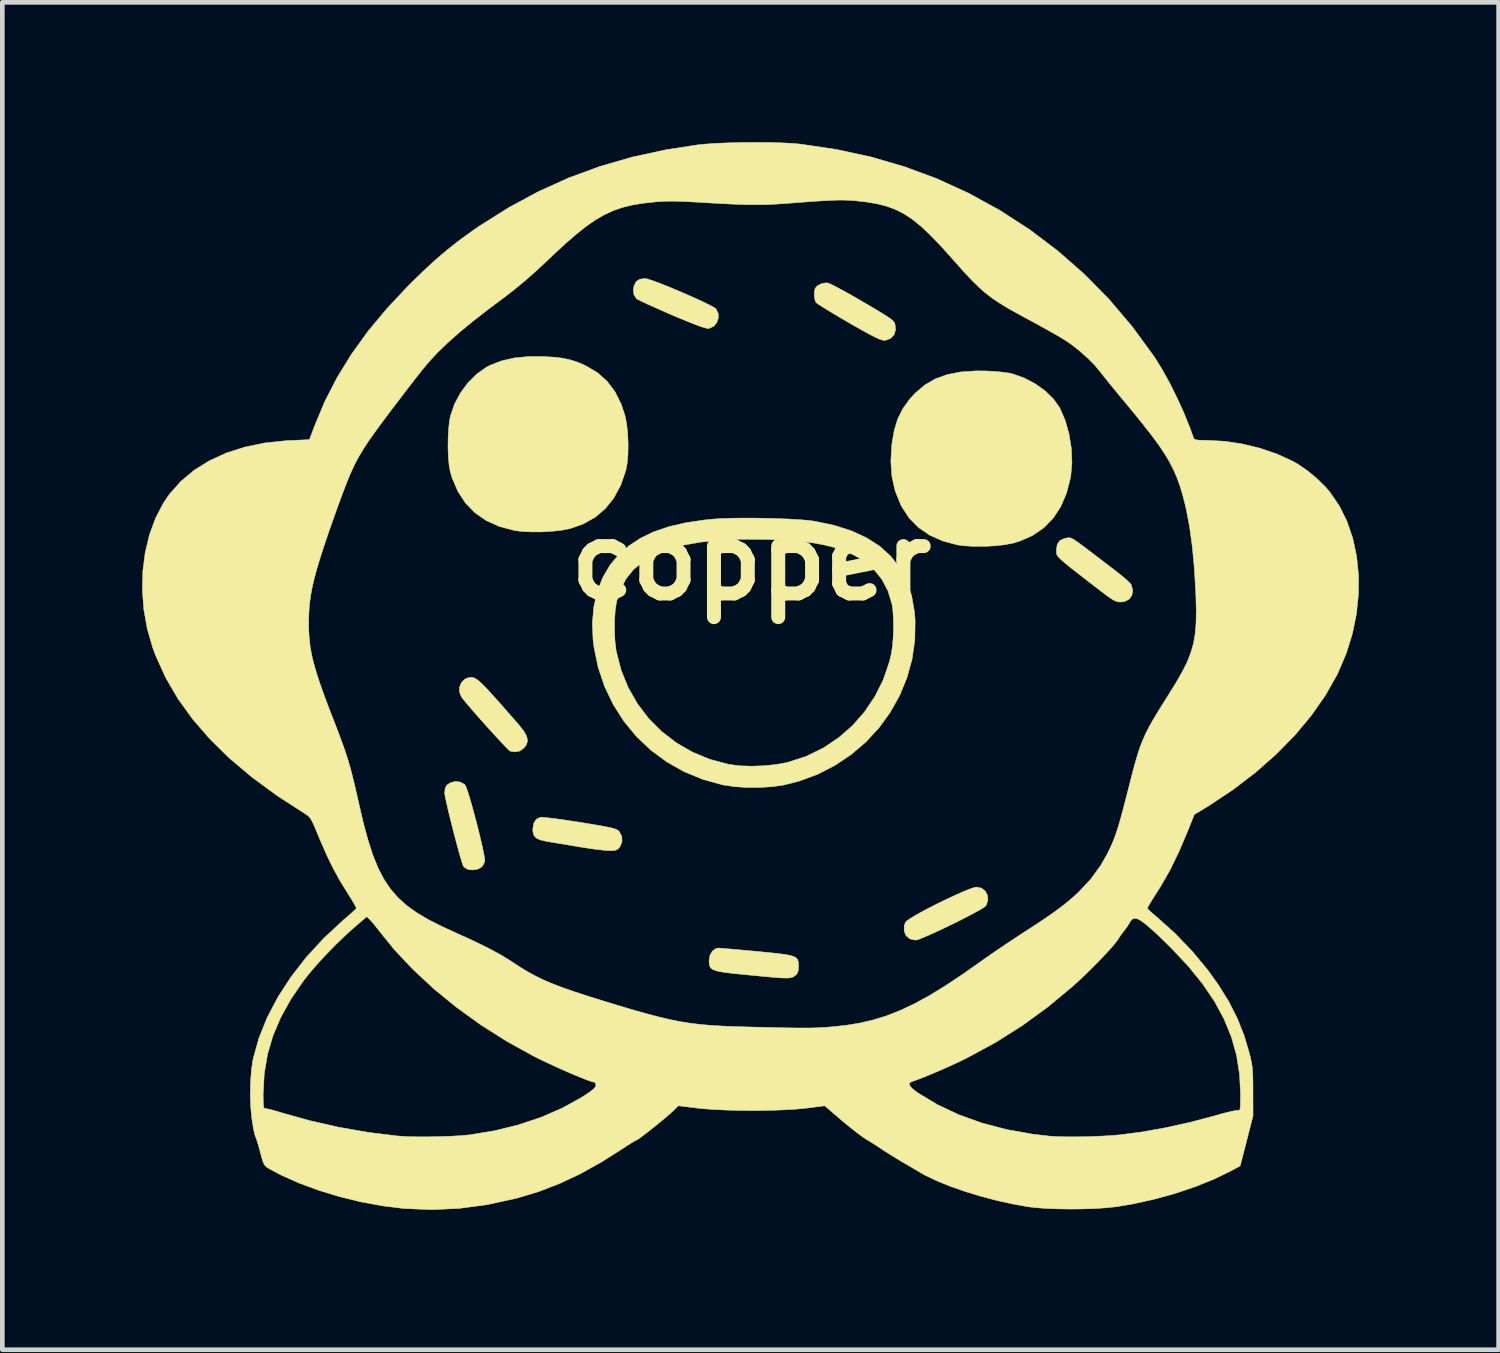
<source format=kicad_pcb>
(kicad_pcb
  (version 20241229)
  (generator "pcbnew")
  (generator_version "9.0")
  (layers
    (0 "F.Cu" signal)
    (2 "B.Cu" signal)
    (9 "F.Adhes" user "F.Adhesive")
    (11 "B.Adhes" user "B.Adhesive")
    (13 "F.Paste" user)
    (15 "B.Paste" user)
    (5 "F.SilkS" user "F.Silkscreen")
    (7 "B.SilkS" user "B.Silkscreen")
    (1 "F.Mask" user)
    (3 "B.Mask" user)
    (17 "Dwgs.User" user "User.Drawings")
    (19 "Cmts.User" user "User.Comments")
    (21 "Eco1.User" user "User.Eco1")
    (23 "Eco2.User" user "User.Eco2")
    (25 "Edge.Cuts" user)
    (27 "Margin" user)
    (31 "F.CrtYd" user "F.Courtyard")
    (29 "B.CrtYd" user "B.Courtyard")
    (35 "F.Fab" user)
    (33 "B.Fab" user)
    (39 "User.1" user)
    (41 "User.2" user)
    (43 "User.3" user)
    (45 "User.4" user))
  (footprint "copper"
    (layer "F.Cu")
    (at 13.066 8.993)
    (property "Reference" "copper" (at 0 0 0) (layer "F.SilkS") (effects (font (size 1.524 1.524) (thickness 0.3))))
    (attr through_hole)
    (fp_poly (pts (xy -5.956 2.496) (xy -5.913 2.516) (xy -5.861 2.552) (xy -5.798 2.607) (xy -5.719 2.684) (xy -5.622 2.788) (xy -5.501 2.921) (xy -5.353 3.087) (xy -5.176 3.289) (xy -4.986 3.506) (xy -4.877 3.644) (xy -4.815 3.757) (xy -4.798 3.854) (xy -4.824 3.939) (xy -4.877 4.006) (xy -4.968 4.071) (xy -5.071 4.089) (xy -5.169 4.073) (xy -5.198 4.05) (xy -5.258 3.991) (xy -5.342 3.902) (xy -5.445 3.791) (xy -5.561 3.665) (xy -5.684 3.529) (xy -5.807 3.391) (xy -5.925 3.257) (xy -6.031 3.135) (xy -6.12 3.03) (xy -6.185 2.95) (xy -6.216 2.909) (xy -6.258 2.804) (xy -6.256 2.695) (xy -6.214 2.597) (xy -6.138 2.525) (xy -6.071 2.498) (xy -6.031 2.491) (xy -5.994 2.489) (xy -5.956 2.496)) (stroke (width 0.01) (type solid)) (fill yes) (layer "F.SilkS"))
    (fp_poly (pts (xy -2.219 -6.056) (xy -2.121 -6.025) (xy -1.991 -5.977) (xy -1.836 -5.916) (xy -1.666 -5.846) (xy -1.488 -5.771) (xy -1.312 -5.694) (xy -1.146 -5.62) (xy -0.998 -5.551) (xy -0.878 -5.491) (xy -0.794 -5.444) (xy -0.755 -5.416) (xy -0.708 -5.321) (xy -0.704 -5.219) (xy -0.738 -5.122) (xy -0.802 -5.044) (xy -0.891 -5.001) (xy -0.937 -4.996) (xy -0.991 -5.008) (xy -1.09 -5.04) (xy -1.227 -5.091) (xy -1.397 -5.159) (xy -1.592 -5.24) (xy -1.722 -5.295) (xy -1.908 -5.377) (xy -2.079 -5.453) (xy -2.227 -5.52) (xy -2.345 -5.575) (xy -2.425 -5.615) (xy -2.46 -5.635) (xy -2.515 -5.719) (xy -2.528 -5.829) (xy -2.511 -5.916) (xy -2.464 -6.005) (xy -2.39 -6.053) (xy -2.278 -6.068) (xy -2.274 -6.068) (xy -2.219 -6.056)) (stroke (width 0.01) (type solid)) (fill yes) (layer "F.SilkS"))
    (fp_poly (pts (xy 4.941 7.011) (xy 5.02 7.073) (xy 5.069 7.163) (xy 5.08 7.267) (xy 5.047 7.371) (xy 5.034 7.392) (xy 4.995 7.423) (xy 4.913 7.473) (xy 4.796 7.538) (xy 4.653 7.614) (xy 4.491 7.697) (xy 4.319 7.782) (xy 4.145 7.866) (xy 3.977 7.945) (xy 3.825 8.014) (xy 3.695 8.07) (xy 3.597 8.109) (xy 3.538 8.126) (xy 3.532 8.126) (xy 3.449 8.113) (xy 3.397 8.095) (xy 3.322 8.03) (xy 3.283 7.934) (xy 3.284 7.821) (xy 3.308 7.746) (xy 3.344 7.71) (xy 3.423 7.656) (xy 3.539 7.587) (xy 3.681 7.508) (xy 3.843 7.423) (xy 4.016 7.335) (xy 4.192 7.25) (xy 4.362 7.17) (xy 4.52 7.1) (xy 4.656 7.043) (xy 4.762 7.005) (xy 4.83 6.989) (xy 4.836 6.988) (xy 4.941 7.011)) (stroke (width 0.01) (type solid)) (fill yes) (layer "F.SilkS"))
    (fp_poly (pts (xy 1.647 -5.971) (xy 1.695 -5.952) (xy 1.783 -5.909) (xy 1.905 -5.844) (xy 2.054 -5.763) (xy 2.222 -5.668) (xy 2.398 -5.566) (xy 2.597 -5.449) (xy 2.753 -5.356) (xy 2.871 -5.283) (xy 2.957 -5.227) (xy 3.016 -5.183) (xy 3.053 -5.147) (xy 3.075 -5.117) (xy 3.086 -5.089) (xy 3.098 -4.966) (xy 3.065 -4.86) (xy 2.993 -4.783) (xy 2.891 -4.744) (xy 2.852 -4.741) (xy 2.809 -4.748) (xy 2.747 -4.769) (xy 2.661 -4.808) (xy 2.546 -4.867) (xy 2.397 -4.949) (xy 2.207 -5.056) (xy 2.088 -5.125) (xy 1.911 -5.228) (xy 1.75 -5.324) (xy 1.61 -5.409) (xy 1.499 -5.478) (xy 1.423 -5.528) (xy 1.39 -5.554) (xy 1.39 -5.554) (xy 1.366 -5.615) (xy 1.355 -5.705) (xy 1.359 -5.799) (xy 1.372 -5.855) (xy 1.42 -5.912) (xy 1.502 -5.955) (xy 1.597 -5.974) (xy 1.647 -5.971)) (stroke (width 0.01) (type solid)) (fill yes) (layer "F.SilkS"))
    (fp_poly (pts (xy -6.24 4.736) (xy -6.15 4.786) (xy -6.139 4.797) (xy -6.117 4.841) (xy -6.084 4.932) (xy -6.044 5.06) (xy -5.998 5.217) (xy -5.95 5.393) (xy -5.9 5.579) (xy -5.852 5.768) (xy -5.808 5.949) (xy -5.77 6.115) (xy -5.74 6.255) (xy -5.721 6.362) (xy -5.714 6.427) (xy -5.715 6.436) (xy -5.747 6.512) (xy -5.784 6.56) (xy -5.862 6.602) (xy -5.964 6.621) (xy -6.061 6.614) (xy -6.083 6.607) (xy -6.145 6.569) (xy -6.172 6.544) (xy -6.189 6.505) (xy -6.216 6.42) (xy -6.252 6.298) (xy -6.293 6.148) (xy -6.339 5.978) (xy -6.386 5.797) (xy -6.433 5.614) (xy -6.476 5.439) (xy -6.514 5.278) (xy -6.545 5.142) (xy -6.566 5.04) (xy -6.576 4.98) (xy -6.576 4.975) (xy -6.566 4.871) (xy -6.53 4.803) (xy -6.457 4.752) (xy -6.456 4.752) (xy -6.349 4.723) (xy -6.24 4.736)) (stroke (width 0.01) (type solid)) (fill yes) (layer "F.SilkS"))
    (fp_poly (pts (xy -4.475 5.491) (xy -4.38 5.5) (xy -4.245 5.516) (xy -4.079 5.538) (xy -3.889 5.566) (xy -3.683 5.598) (xy -3.669 5.6) (xy -3.439 5.638) (xy -3.259 5.668) (xy -3.121 5.693) (xy -3.02 5.714) (xy -2.947 5.732) (xy -2.898 5.75) (xy -2.864 5.768) (xy -2.84 5.788) (xy -2.829 5.8) (xy -2.776 5.901) (xy -2.771 6.014) (xy -2.814 6.121) (xy -2.824 6.135) (xy -2.863 6.176) (xy -2.908 6.198) (xy -2.977 6.206) (xy -3.057 6.206) (xy -3.145 6.2) (xy -3.274 6.186) (xy -3.431 6.165) (xy -3.602 6.139) (xy -3.711 6.122) (xy -3.886 6.092) (xy -4.058 6.063) (xy -4.212 6.038) (xy -4.333 6.018) (xy -4.385 6.009) (xy -4.523 5.978) (xy -4.613 5.936) (xy -4.664 5.874) (xy -4.684 5.786) (xy -4.685 5.75) (xy -4.666 5.622) (xy -4.611 5.535) (xy -4.523 5.491) (xy -4.475 5.491)) (stroke (width 0.01) (type solid)) (fill yes) (layer "F.SilkS"))
    (fp_poly (pts (xy -0.66 8.3) (xy -0.568 8.307) (xy -0.436 8.318) (xy -0.272 8.333) (xy -0.083 8.35) (xy 0.121 8.369) (xy 0.123 8.369) (xy 0.371 8.393) (xy 0.567 8.414) (xy 0.719 8.433) (xy 0.833 8.454) (xy 0.912 8.478) (xy 0.965 8.507) (xy 0.996 8.544) (xy 1.011 8.591) (xy 1.016 8.649) (xy 1.016 8.695) (xy 1.01 8.786) (xy 0.986 8.844) (xy 0.942 8.888) (xy 0.913 8.908) (xy 0.882 8.924) (xy 0.842 8.934) (xy 0.787 8.94) (xy 0.71 8.94) (xy 0.605 8.935) (xy 0.467 8.924) (xy 0.288 8.908) (xy 0.063 8.887) (xy -0.083 8.872) (xy -0.319 8.849) (xy -0.505 8.828) (xy -0.646 8.807) (xy -0.75 8.785) (xy -0.821 8.758) (xy -0.866 8.725) (xy -0.89 8.683) (xy -0.901 8.63) (xy -0.903 8.563) (xy -0.903 8.559) (xy -0.883 8.449) (xy -0.831 8.361) (xy -0.756 8.307) (xy -0.703 8.297) (xy -0.66 8.3)) (stroke (width 0.01) (type solid)) (fill yes) (layer "F.SilkS"))
    (fp_poly (pts (xy 6.836 -0.505) (xy 6.864 -0.497) (xy 6.901 -0.479) (xy 6.952 -0.448) (xy 7.02 -0.4) (xy 7.111 -0.334) (xy 7.229 -0.245) (xy 7.378 -0.132) (xy 7.563 0.01) (xy 7.789 0.182) (xy 7.809 0.198) (xy 7.926 0.29) (xy 8.028 0.375) (xy 8.105 0.446) (xy 8.149 0.494) (xy 8.154 0.502) (xy 8.186 0.622) (xy 8.168 0.729) (xy 8.108 0.813) (xy 8.011 0.863) (xy 7.925 0.873) (xy 7.879 0.87) (xy 7.834 0.859) (xy 7.782 0.836) (xy 7.715 0.795) (xy 7.627 0.732) (xy 7.508 0.643) (xy 7.366 0.534) (xy 7.154 0.369) (xy 6.982 0.236) (xy 6.846 0.129) (xy 6.741 0.044) (xy 6.665 -0.021) (xy 6.612 -0.072) (xy 6.578 -0.112) (xy 6.558 -0.146) (xy 6.55 -0.176) (xy 6.548 -0.208) (xy 6.548 -0.237) (xy 6.566 -0.361) (xy 6.622 -0.445) (xy 6.719 -0.491) (xy 6.761 -0.499) (xy 6.789 -0.503) (xy 6.812 -0.506) (xy 6.836 -0.505)) (stroke (width 0.01) (type solid)) (fill yes) (layer "F.SilkS"))
    (fp_poly (pts (xy 5.038 -4.084) (xy 5.221 -4.074) (xy 5.388 -4.059) (xy 5.526 -4.04) (xy 5.602 -4.024) (xy 5.855 -3.935) (xy 6.093 -3.81) (xy 6.306 -3.658) (xy 6.484 -3.485) (xy 6.616 -3.299) (xy 6.626 -3.281) (xy 6.738 -3.022) (xy 6.82 -2.73) (xy 6.869 -2.423) (xy 6.882 -2.117) (xy 6.857 -1.829) (xy 6.85 -1.788) (xy 6.764 -1.458) (xy 6.64 -1.17) (xy 6.478 -0.924) (xy 6.277 -0.719) (xy 6.039 -0.555) (xy 5.762 -0.433) (xy 5.625 -0.392) (xy 5.448 -0.357) (xy 5.234 -0.333) (xy 5.003 -0.321) (xy 4.772 -0.321) (xy 4.561 -0.334) (xy 4.424 -0.353) (xy 4.108 -0.437) (xy 3.829 -0.562) (xy 3.589 -0.727) (xy 3.389 -0.931) (xy 3.229 -1.174) (xy 3.205 -1.222) (xy 3.089 -1.512) (xy 3.02 -1.818) (xy 2.997 -2.146) (xy 3.017 -2.503) (xy 3.018 -2.51) (xy 3.067 -2.801) (xy 3.143 -3.052) (xy 3.253 -3.274) (xy 3.401 -3.48) (xy 3.526 -3.615) (xy 3.725 -3.783) (xy 3.949 -3.913) (xy 4.204 -4.006) (xy 4.494 -4.063) (xy 4.822 -4.086) (xy 5.038 -4.084)) (stroke (width 0.01) (type solid)) (fill yes) (layer "F.SilkS"))
    (fp_poly (pts (xy -4.241 -4.381) (xy -4.05 -4.359) (xy -3.884 -4.324) (xy -3.728 -4.274) (xy -3.567 -4.205) (xy -3.534 -4.188) (xy -3.29 -4.042) (xy -3.087 -3.859) (xy -2.92 -3.637) (xy -2.789 -3.373) (xy -2.705 -3.119) (xy -2.671 -2.945) (xy -2.649 -2.739) (xy -2.64 -2.519) (xy -2.643 -2.301) (xy -2.66 -2.103) (xy -2.69 -1.947) (xy -2.798 -1.634) (xy -2.945 -1.362) (xy -3.128 -1.132) (xy -3.349 -0.945) (xy -3.607 -0.8) (xy -3.886 -0.702) (xy -4.063 -0.668) (xy -4.277 -0.644) (xy -4.508 -0.631) (xy -4.739 -0.632) (xy -4.95 -0.644) (xy -5.087 -0.664) (xy -5.405 -0.748) (xy -5.685 -0.875) (xy -5.926 -1.042) (xy -6.129 -1.251) (xy -6.292 -1.5) (xy -6.416 -1.789) (xy -6.455 -1.919) (xy -6.48 -2.055) (xy -6.496 -2.23) (xy -6.504 -2.429) (xy -6.502 -2.636) (xy -6.492 -2.835) (xy -6.473 -3.01) (xy -6.453 -3.115) (xy -6.367 -3.369) (xy -6.239 -3.61) (xy -6.076 -3.831) (xy -5.887 -4.019) (xy -5.68 -4.165) (xy -5.606 -4.204) (xy -5.355 -4.301) (xy -5.081 -4.364) (xy -4.776 -4.394) (xy -4.473 -4.394) (xy -4.241 -4.381)) (stroke (width 0.01) (type solid)) (fill yes) (layer "F.SilkS"))
    (fp_poly (pts (xy 0.037 -0.928) (xy 0.302 -0.924) (xy 0.564 -0.917) (xy 0.811 -0.907) (xy 1.033 -0.894) (xy 1.22 -0.879) (xy 1.35 -0.862) (xy 1.772 -0.775) (xy 2.147 -0.656) (xy 2.476 -0.505) (xy 2.76 -0.322) (xy 2.998 -0.106) (xy 3.191 0.142) (xy 3.339 0.425) (xy 3.443 0.742) (xy 3.504 1.093) (xy 3.518 1.27) (xy 3.511 1.692) (xy 3.451 2.104) (xy 3.341 2.501) (xy 3.184 2.881) (xy 2.983 3.239) (xy 2.742 3.571) (xy 2.462 3.874) (xy 2.147 4.144) (xy 1.8 4.377) (xy 1.424 4.57) (xy 1.023 4.718) (xy 0.708 4.797) (xy 0.463 4.834) (xy 0.189 4.852) (xy -0.095 4.852) (xy -0.367 4.833) (xy -0.607 4.797) (xy -1.036 4.679) (xy -1.438 4.513) (xy -1.812 4.302) (xy -2.154 4.049) (xy -2.461 3.758) (xy -2.731 3.431) (xy -2.959 3.072) (xy -3.145 2.685) (xy -3.284 2.272) (xy -3.373 1.837) (xy -3.392 1.687) (xy -3.4 1.488) (xy -2.932 1.488) (xy -2.922 1.705) (xy -2.9 1.898) (xy -2.892 1.94) (xy -2.789 2.338) (xy -2.637 2.711) (xy -2.439 3.057) (xy -2.2 3.371) (xy -1.921 3.65) (xy -1.608 3.892) (xy -1.262 4.092) (xy -0.889 4.247) (xy -0.49 4.354) (xy -0.461 4.359) (xy -0.243 4.387) (xy 0.009 4.395) (xy 0.274 4.386) (xy 0.534 4.359) (xy 0.77 4.316) (xy 0.804 4.307) (xy 1.187 4.181) (xy 1.545 4.006) (xy 1.874 3.786) (xy 2.172 3.526) (xy 2.433 3.229) (xy 2.655 2.899) (xy 2.834 2.541) (xy 2.965 2.158) (xy 3.006 1.987) (xy 3.031 1.828) (xy 3.047 1.637) (xy 3.054 1.432) (xy 3.051 1.23) (xy 3.04 1.049) (xy 3.021 0.917) (xy 2.935 0.635) (xy 2.802 0.383) (xy 2.624 0.164) (xy 2.405 -0.018) (xy 2.201 -0.136) (xy 2 -0.223) (xy 1.79 -0.296) (xy 1.562 -0.353) (xy 1.311 -0.398) (xy 1.026 -0.432) (xy 0.702 -0.455) (xy 0.329 -0.47) (xy 0.325 -0.47) (xy -0.199 -0.474) (xy -0.673 -0.454) (xy -1.097 -0.411) (xy -1.474 -0.343) (xy -1.804 -0.25) (xy -2.089 -0.132) (xy -2.33 0.012) (xy -2.53 0.182) (xy -2.688 0.38) (xy -2.806 0.606) (xy -2.886 0.859) (xy -2.892 0.889) (xy -2.917 1.06) (xy -2.931 1.266) (xy -2.932 1.488) (xy -3.4 1.488) (xy -3.407 1.325) (xy -3.376 0.977) (xy -3.302 0.651) (xy -3.186 0.351) (xy -3.03 0.083) (xy -2.85 -0.133) (xy -2.628 -0.329) (xy -2.377 -0.495) (xy -2.093 -0.632) (xy -1.772 -0.742) (xy -1.409 -0.827) (xy -0.999 -0.888) (xy -0.842 -0.904) (xy -0.671 -0.916) (xy -0.46 -0.924) (xy -0.22 -0.928) (xy 0.037 -0.928)) (stroke (width 0.01) (type solid)) (fill yes) (layer "F.SilkS"))
    (fp_poly (pts (xy 0.375 -8.986) (xy 0.635 -8.979) (xy 0.864 -8.968) (xy 1.05 -8.952) (xy 1.058 -8.951) (xy 1.833 -8.836) (xy 2.576 -8.675) (xy 3.291 -8.466) (xy 3.981 -8.211) (xy 4.648 -7.906) (xy 4.656 -7.903) (xy 5.331 -7.533) (xy 5.973 -7.118) (xy 6.58 -6.659) (xy 7.152 -6.157) (xy 7.686 -5.613) (xy 8.181 -5.028) (xy 8.637 -4.404) (xy 8.673 -4.351) (xy 8.825 -4.104) (xy 8.983 -3.818) (xy 9.138 -3.506) (xy 9.284 -3.185) (xy 9.412 -2.869) (xy 9.492 -2.646) (xy 9.508 -2.623) (xy 9.541 -2.608) (xy 9.603 -2.6) (xy 9.706 -2.597) (xy 9.782 -2.596) (xy 10.157 -2.576) (xy 10.541 -2.518) (xy 10.92 -2.426) (xy 11.28 -2.303) (xy 11.607 -2.154) (xy 11.731 -2.084) (xy 11.934 -1.945) (xy 12.139 -1.775) (xy 12.324 -1.593) (xy 12.408 -1.496) (xy 12.615 -1.195) (xy 12.782 -0.86) (xy 12.906 -0.497) (xy 12.989 -0.112) (xy 13.03 0.29) (xy 13.029 0.705) (xy 12.986 1.125) (xy 12.9 1.548) (xy 12.771 1.966) (xy 12.598 2.374) (xy 12.567 2.439) (xy 12.317 2.879) (xy 12.014 3.312) (xy 11.661 3.734) (xy 11.261 4.141) (xy 10.819 4.531) (xy 10.336 4.9) (xy 9.817 5.245) (xy 9.741 5.291) (xy 9.506 5.434) (xy 9.372 5.772) (xy 9.179 6.226) (xy 8.983 6.629) (xy 8.781 6.982) (xy 8.707 7.097) (xy 8.63 7.218) (xy 8.566 7.321) (xy 8.521 7.399) (xy 8.501 7.443) (xy 8.5 7.448) (xy 8.525 7.475) (xy 8.582 7.528) (xy 8.662 7.597) (xy 8.692 7.622) (xy 9.09 7.978) (xy 9.465 8.369) (xy 9.805 8.78) (xy 10.023 9.085) (xy 10.248 9.447) (xy 10.429 9.803) (xy 10.574 10.168) (xy 10.685 10.541) (xy 10.714 10.657) (xy 10.735 10.757) (xy 10.75 10.853) (xy 10.759 10.957) (xy 10.764 11.085) (xy 10.766 11.247) (xy 10.766 11.374) (xy 10.767 11.896) (xy 10.63 12.433) (xy 10.492 12.97) (xy 10.305 13.072) (xy 9.94 13.251) (xy 9.531 13.416) (xy 9.09 13.564) (xy 8.629 13.691) (xy 8.159 13.793) (xy 7.832 13.847) (xy 7.632 13.869) (xy 7.392 13.885) (xy 7.128 13.894) (xy 6.851 13.897) (xy 6.578 13.893) (xy 6.321 13.883) (xy 6.095 13.866) (xy 5.946 13.848) (xy 5.61 13.788) (xy 5.263 13.711) (xy 4.917 13.62) (xy 4.582 13.517) (xy 4.268 13.407) (xy 3.984 13.292) (xy 3.741 13.176) (xy 3.634 13.116) (xy 3.565 13.075) (xy 3.463 13.015) (xy 3.344 12.945) (xy 3.267 12.901) (xy 3.13 12.819) (xy 2.984 12.728) (xy 2.852 12.645) (xy 2.804 12.613) (xy 2.696 12.541) (xy 2.592 12.475) (xy 2.511 12.425) (xy 2.498 12.418) (xy 2.407 12.36) (xy 2.283 12.269) (xy 2.133 12.151) (xy 1.965 12.013) (xy 1.787 11.861) (xy 1.784 11.859) (xy 1.579 11.681) (xy 1.192 11.731) (xy 0.978 11.752) (xy 0.72 11.768) (xy 0.432 11.779) (xy 0.126 11.783) (xy -0.186 11.782) (xy -0.489 11.775) (xy -0.772 11.763) (xy -1.022 11.745) (xy -1.154 11.731) (xy -1.561 11.681) (xy -1.677 11.793) (xy -1.743 11.853) (xy -1.834 11.932) (xy -1.943 12.022) (xy -2.06 12.117) (xy -2.176 12.209) (xy -2.283 12.292) (xy -2.372 12.36) (xy -2.435 12.404) (xy -2.461 12.418) (xy -2.494 12.433) (xy -2.561 12.473) (xy -2.654 12.532) (xy -2.732 12.583) (xy -3.204 12.883) (xy -3.659 13.137) (xy -4.106 13.348) (xy -4.554 13.521) (xy -5.011 13.659) (xy -5.066 13.673) (xy -5.675 13.805) (xy -6.269 13.883) (xy -6.856 13.91) (xy -7.439 13.885) (xy -7.458 13.884) (xy -7.913 13.828) (xy -8.377 13.742) (xy -8.837 13.629) (xy -9.284 13.493) (xy -9.706 13.337) (xy -10.092 13.164) (xy -10.329 13.038) (xy -10.387 13.003) (xy -10.427 12.969) (xy -10.456 12.925) (xy -10.482 12.856) (xy -10.512 12.752) (xy -10.53 12.683) (xy -10.564 12.558) (xy -10.597 12.448) (xy -10.624 12.368) (xy -10.636 12.34) (xy -10.653 12.288) (xy -10.674 12.194) (xy -10.695 12.071) (xy -10.714 11.946) (xy -10.737 11.702) (xy -10.746 11.438) (xy -10.746 11.423) (xy -10.47 11.423) (xy -10.469 11.561) (xy -10.466 11.652) (xy -10.459 11.706) (xy -10.446 11.732) (xy -10.426 11.74) (xy -10.417 11.74) (xy -10.369 11.749) (xy -10.281 11.77) (xy -10.168 11.802) (xy -10.086 11.827) (xy -9.472 11.999) (xy -8.841 12.142) (xy -8.211 12.252) (xy -7.601 12.327) (xy -7.523 12.333) (xy -7.356 12.343) (xy -7.148 12.347) (xy -6.916 12.347) (xy -6.674 12.342) (xy -6.44 12.334) (xy -6.228 12.321) (xy -6.055 12.306) (xy -6.04 12.304) (xy -5.507 12.217) (xy -4.993 12.09) (xy -4.505 11.927) (xy -4.05 11.729) (xy -3.635 11.499) (xy -3.587 11.468) (xy -3.466 11.388) (xy -3.388 11.327) (xy -3.345 11.281) (xy -3.33 11.243) (xy -3.33 11.239) (xy -3.331 11.238) (xy 3.395 11.238) (xy 3.444 11.301) (xy 3.545 11.382) (xy 3.577 11.404) (xy 3.995 11.656) (xy 4.453 11.872) (xy 4.949 12.05) (xy 5.479 12.19) (xy 6.041 12.29) (xy 6.392 12.331) (xy 6.561 12.342) (xy 6.772 12.347) (xy 7.01 12.347) (xy 7.26 12.342) (xy 7.51 12.332) (xy 7.743 12.318) (xy 7.902 12.305) (xy 8.382 12.243) (xy 8.895 12.151) (xy 9.43 12.032) (xy 9.973 11.888) (xy 10.003 11.879) (xy 10.147 11.839) (xy 10.275 11.807) (xy 10.375 11.786) (xy 10.437 11.778) (xy 10.448 11.778) (xy 10.468 11.78) (xy 10.483 11.766) (xy 10.491 11.729) (xy 10.496 11.659) (xy 10.498 11.548) (xy 10.499 11.417) (xy 10.477 11) (xy 10.413 10.597) (xy 10.303 10.206) (xy 10.147 9.823) (xy 9.942 9.444) (xy 9.687 9.067) (xy 9.38 8.688) (xy 9.019 8.303) (xy 8.912 8.197) (xy 8.727 8.019) (xy 8.575 7.879) (xy 8.453 7.776) (xy 8.357 7.706) (xy 8.282 7.668) (xy 8.223 7.659) (xy 8.177 7.677) (xy 8.138 7.719) (xy 8.115 7.76) (xy 8.069 7.835) (xy 8.008 7.917) (xy 7.997 7.93) (xy 7.935 8.011) (xy 7.882 8.091) (xy 7.876 8.103) (xy 7.831 8.167) (xy 7.751 8.263) (xy 7.644 8.382) (xy 7.516 8.518) (xy 7.375 8.663) (xy 7.226 8.81) (xy 7.078 8.953) (xy 6.937 9.083) (xy 6.894 9.121) (xy 6.36 9.564) (xy 5.818 9.959) (xy 5.255 10.315) (xy 4.657 10.64) (xy 4.621 10.658) (xy 4.452 10.741) (xy 4.263 10.828) (xy 4.066 10.916) (xy 3.873 10.998) (xy 3.697 11.07) (xy 3.549 11.127) (xy 3.45 11.161) (xy 3.397 11.191) (xy 3.395 11.238) (xy -3.331 11.238) (xy -3.343 11.19) (xy -3.363 11.176) (xy -3.415 11.164) (xy -3.509 11.132) (xy -3.637 11.082) (xy -3.791 11.019) (xy -3.962 10.946) (xy -4.142 10.866) (xy -4.322 10.783) (xy -4.495 10.702) (xy -4.651 10.624) (xy -4.671 10.614) (xy -5.243 10.298) (xy -5.794 9.949) (xy -6.317 9.572) (xy -6.808 9.172) (xy -7.259 8.752) (xy -7.666 8.319) (xy -8.015 7.885) (xy -8.082 7.799) (xy -8.148 7.722) (xy -8.18 7.687) (xy -8.246 7.623) (xy -8.505 7.844) (xy -8.705 8.023) (xy -8.916 8.227) (xy -9.126 8.442) (xy -9.323 8.657) (xy -9.496 8.86) (xy -9.605 8.999) (xy -9.877 9.396) (xy -10.094 9.788) (xy -10.261 10.181) (xy -10.377 10.58) (xy -10.446 10.99) (xy -10.47 11.418) (xy -10.47 11.423) (xy -10.746 11.423) (xy -10.741 11.171) (xy -10.722 10.92) (xy -10.691 10.703) (xy -10.684 10.67) (xy -10.56 10.226) (xy -10.382 9.783) (xy -10.151 9.345) (xy -9.871 8.914) (xy -9.544 8.494) (xy -9.171 8.089) (xy -8.755 7.702) (xy -8.692 7.649) (xy -8.601 7.57) (xy -8.528 7.503) (xy -8.481 7.458) (xy -8.471 7.445) (xy -8.482 7.414) (xy -8.519 7.345) (xy -8.576 7.249) (xy -8.648 7.135) (xy -8.658 7.118) (xy -8.814 6.866) (xy -8.957 6.607) (xy -9.095 6.327) (xy -9.234 6.012) (xy -9.287 5.884) (xy -9.35 5.732) (xy -9.398 5.623) (xy -9.437 5.547) (xy -9.472 5.495) (xy -9.51 5.457) (xy -9.556 5.424) (xy -9.586 5.406) (xy -10.174 5.025) (xy -10.708 4.633) (xy -11.187 4.23) (xy -11.611 3.814) (xy -11.982 3.386) (xy -12.3 2.945) (xy -12.564 2.491) (xy -12.776 2.022) (xy -12.839 1.854) (xy -12.956 1.45) (xy -12.978 1.326) (xy -9.495 1.326) (xy -9.491 1.502) (xy -9.48 1.669) (xy -9.46 1.836) (xy -9.429 2.009) (xy -9.384 2.194) (xy -9.325 2.399) (xy -9.249 2.63) (xy -9.155 2.894) (xy -9.041 3.197) (xy -8.944 3.446) (xy -8.853 3.682) (xy -8.778 3.884) (xy -8.714 4.064) (xy -8.659 4.234) (xy -8.608 4.405) (xy -8.56 4.588) (xy -8.509 4.796) (xy -8.452 5.041) (xy -8.411 5.224) (xy -8.315 5.634) (xy -8.217 5.993) (xy -8.115 6.307) (xy -8.004 6.581) (xy -7.88 6.82) (xy -7.74 7.029) (xy -7.578 7.216) (xy -7.392 7.383) (xy -7.177 7.538) (xy -6.929 7.685) (xy -6.643 7.83) (xy -6.387 7.948) (xy -6.066 8.093) (xy -5.792 8.223) (xy -5.558 8.342) (xy -5.358 8.452) (xy -5.184 8.558) (xy -5.119 8.601) (xy -4.951 8.711) (xy -4.789 8.809) (xy -4.625 8.898) (xy -4.453 8.982) (xy -4.264 9.062) (xy -4.051 9.144) (xy -3.805 9.23) (xy -3.52 9.323) (xy -3.203 9.422) (xy -2.834 9.535) (xy -2.511 9.631) (xy -2.225 9.711) (xy -1.969 9.778) (xy -1.734 9.833) (xy -1.513 9.877) (xy -1.297 9.911) (xy -1.079 9.937) (xy -0.851 9.957) (xy -0.604 9.971) (xy -0.331 9.982) (xy -0.056 9.99) (xy 0.256 9.997) (xy 0.518 10.003) (xy 0.736 10.008) (xy 0.918 10.011) (xy 1.069 10.012) (xy 1.196 10.012) (xy 1.305 10.011) (xy 1.403 10.008) (xy 1.497 10.003) (xy 1.592 9.997) (xy 1.693 9.99) (xy 2.017 9.957) (xy 2.323 9.908) (xy 2.619 9.839) (xy 2.91 9.749) (xy 3.203 9.633) (xy 3.504 9.491) (xy 3.82 9.319) (xy 4.156 9.113) (xy 4.518 8.873) (xy 4.897 8.607) (xy 5.058 8.493) (xy 5.25 8.36) (xy 5.458 8.219) (xy 5.666 8.081) (xy 5.856 7.957) (xy 6.11 7.792) (xy 6.323 7.65) (xy 6.502 7.525) (xy 6.655 7.412) (xy 6.79 7.305) (xy 6.913 7.199) (xy 7.022 7.1) (xy 7.284 6.821) (xy 7.501 6.522) (xy 7.631 6.294) (xy 7.69 6.176) (xy 7.742 6.062) (xy 7.79 5.944) (xy 7.836 5.814) (xy 7.884 5.664) (xy 7.935 5.486) (xy 7.992 5.272) (xy 8.059 5.013) (xy 8.085 4.913) (xy 8.157 4.63) (xy 8.219 4.393) (xy 8.277 4.192) (xy 8.332 4.017) (xy 8.391 3.861) (xy 8.456 3.712) (xy 8.531 3.563) (xy 8.621 3.403) (xy 8.729 3.223) (xy 8.859 3.014) (xy 8.946 2.876) (xy 9.113 2.607) (xy 9.248 2.372) (xy 9.354 2.16) (xy 9.433 1.959) (xy 9.49 1.76) (xy 9.526 1.552) (xy 9.545 1.324) (xy 9.549 1.064) (xy 9.542 0.763) (xy 9.538 0.672) (xy 9.509 0.162) (xy 9.465 -0.308) (xy 9.407 -0.732) (xy 9.336 -1.107) (xy 9.314 -1.205) (xy 9.259 -1.418) (xy 9.201 -1.611) (xy 9.137 -1.791) (xy 9.062 -1.964) (xy 8.973 -2.136) (xy 8.867 -2.314) (xy 8.739 -2.504) (xy 8.585 -2.712) (xy 8.403 -2.945) (xy 8.189 -3.209) (xy 8.034 -3.397) (xy 7.905 -3.551) (xy 7.783 -3.699) (xy 7.674 -3.834) (xy 7.584 -3.946) (xy 7.52 -4.028) (xy 7.5 -4.053) (xy 7.376 -4.203) (xy 7.215 -4.365) (xy 7.035 -4.524) (xy 6.85 -4.668) (xy 6.762 -4.727) (xy 6.667 -4.786) (xy 6.533 -4.865) (xy 6.372 -4.956) (xy 6.196 -5.054) (xy 6.017 -5.152) (xy 5.977 -5.173) (xy 5.722 -5.311) (xy 5.508 -5.431) (xy 5.326 -5.542) (xy 5.167 -5.649) (xy 5.022 -5.761) (xy 4.882 -5.885) (xy 4.737 -6.027) (xy 4.579 -6.196) (xy 4.398 -6.398) (xy 4.308 -6.5) (xy 4.069 -6.766) (xy 3.854 -6.99) (xy 3.658 -7.176) (xy 3.473 -7.327) (xy 3.293 -7.448) (xy 3.111 -7.542) (xy 2.92 -7.614) (xy 2.713 -7.668) (xy 2.484 -7.708) (xy 2.267 -7.733) (xy 2.173 -7.742) (xy 2.08 -7.747) (xy 1.981 -7.75) (xy 1.871 -7.75) (xy 1.743 -7.746) (xy 1.589 -7.738) (xy 1.403 -7.727) (xy 1.178 -7.711) (xy 0.908 -7.69) (xy 0.72 -7.676) (xy 0.528 -7.663) (xy 0.342 -7.654) (xy 0.152 -7.651) (xy -0.051 -7.652) (xy -0.278 -7.658) (xy -0.537 -7.67) (xy -0.839 -7.686) (xy -0.974 -7.695) (xy -1.224 -7.709) (xy -1.429 -7.719) (xy -1.597 -7.725) (xy -1.74 -7.727) (xy -1.866 -7.724) (xy -1.987 -7.717) (xy -2.088 -7.708) (xy -2.337 -7.68) (xy -2.562 -7.642) (xy -2.769 -7.591) (xy -2.964 -7.522) (xy -3.155 -7.434) (xy -3.347 -7.322) (xy -3.547 -7.182) (xy -3.761 -7.011) (xy -3.997 -6.806) (xy -4.259 -6.563) (xy -4.381 -6.447) (xy -4.614 -6.23) (xy -4.848 -6.024) (xy -5.071 -5.839) (xy -5.26 -5.692) (xy -5.636 -5.411) (xy -5.966 -5.154) (xy -6.255 -4.916) (xy -6.506 -4.694) (xy -6.723 -4.485) (xy -6.91 -4.284) (xy -7.059 -4.106) (xy -7.219 -3.902) (xy -7.384 -3.688) (xy -7.55 -3.471) (xy -7.712 -3.259) (xy -7.862 -3.058) (xy -7.997 -2.876) (xy -8.11 -2.721) (xy -8.195 -2.599) (xy -8.221 -2.561) (xy -8.314 -2.419) (xy -8.396 -2.283) (xy -8.472 -2.147) (xy -8.544 -2.002) (xy -8.616 -1.84) (xy -8.692 -1.652) (xy -8.776 -1.431) (xy -8.872 -1.169) (xy -8.927 -1.016) (xy -9.054 -0.655) (xy -9.161 -0.34) (xy -9.25 -0.064) (xy -9.323 0.177) (xy -9.38 0.392) (xy -9.424 0.586) (xy -9.456 0.765) (xy -9.477 0.936) (xy -9.489 1.104) (xy -9.494 1.277) (xy -9.495 1.326) (xy -12.978 1.326) (xy -13.03 1.038) (xy -13.061 0.624) (xy -13.052 0.214) (xy -13.002 -0.184) (xy -12.911 -0.564) (xy -12.782 -0.92) (xy -12.614 -1.244) (xy -12.48 -1.441) (xy -12.237 -1.715) (xy -11.95 -1.955) (xy -11.624 -2.158) (xy -11.26 -2.325) (xy -10.862 -2.452) (xy -10.431 -2.541) (xy -9.969 -2.589) (xy -9.896 -2.592) (xy -9.477 -2.611) (xy -9.366 -2.907) (xy -9.146 -3.433) (xy -8.884 -3.943) (xy -8.577 -4.441) (xy -8.223 -4.933) (xy -7.817 -5.42) (xy -7.359 -5.909) (xy -7.312 -5.956) (xy -7.026 -6.234) (xy -6.762 -6.477) (xy -6.504 -6.696) (xy -6.241 -6.902) (xy -5.96 -7.104) (xy -5.828 -7.195) (xy -5.202 -7.589) (xy -4.567 -7.932) (xy -3.916 -8.226) (xy -3.245 -8.473) (xy -2.55 -8.674) (xy -1.824 -8.831) (xy -1.143 -8.936) (xy -0.956 -8.954) (xy -0.727 -8.969) (xy -0.466 -8.979) (xy -0.188 -8.986) (xy 0.097 -8.988) (xy 0.375 -8.986)) (stroke (width 0.01) (type solid)) (fill yes) (layer "F.SilkS")))
  (gr_rect
    (start -3 -3)
    (end 29.102 25.908)
    (stroke (width 0.1) (type default))
    (fill no)
    (layer "Edge.Cuts")))
</source>
